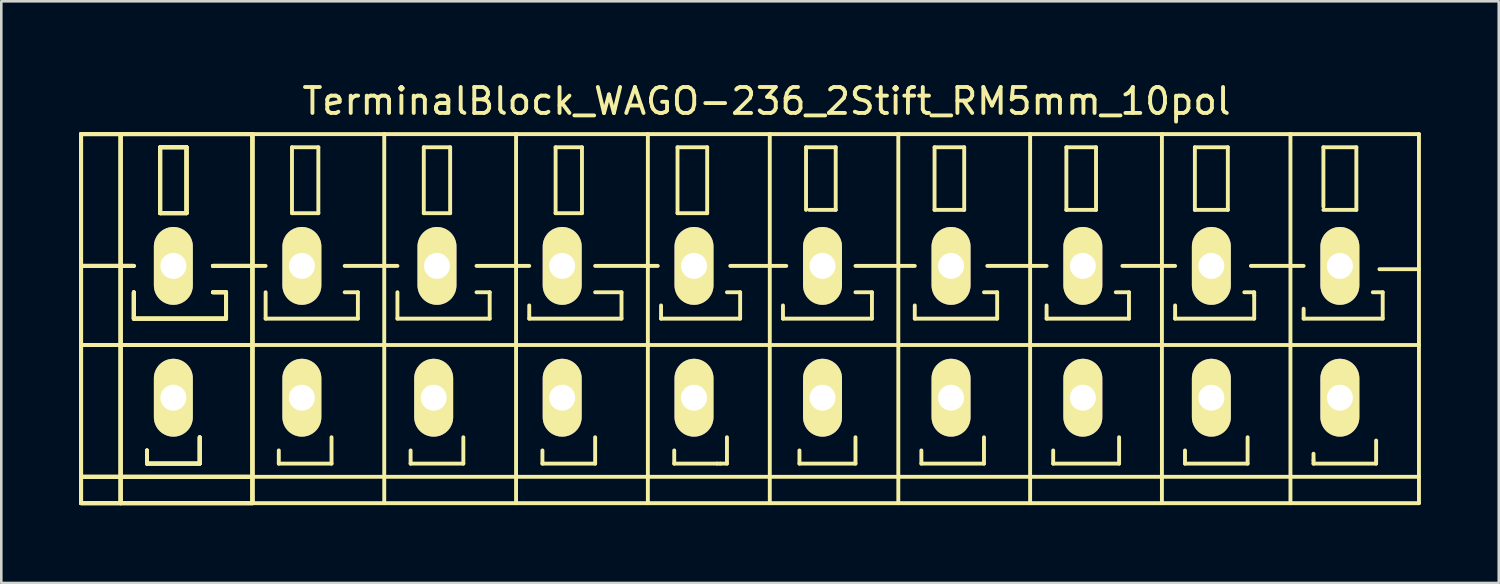
<source format=kicad_pcb>
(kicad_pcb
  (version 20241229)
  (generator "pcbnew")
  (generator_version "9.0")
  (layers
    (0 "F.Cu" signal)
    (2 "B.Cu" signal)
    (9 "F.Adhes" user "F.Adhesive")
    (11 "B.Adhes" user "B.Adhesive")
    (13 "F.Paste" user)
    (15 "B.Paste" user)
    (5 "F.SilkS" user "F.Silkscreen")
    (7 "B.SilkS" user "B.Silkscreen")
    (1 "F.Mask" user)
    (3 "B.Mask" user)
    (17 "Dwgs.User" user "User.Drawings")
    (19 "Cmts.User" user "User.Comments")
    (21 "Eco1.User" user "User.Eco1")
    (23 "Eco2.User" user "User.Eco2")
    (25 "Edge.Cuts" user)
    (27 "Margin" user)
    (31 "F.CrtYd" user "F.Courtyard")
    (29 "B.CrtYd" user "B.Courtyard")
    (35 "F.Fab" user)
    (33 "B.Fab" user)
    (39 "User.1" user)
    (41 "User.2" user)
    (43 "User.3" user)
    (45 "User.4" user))
  (footprint "TerminalBlock_WAGO-236_2Stift_RM5mm_10pol"
    (layer "F.Cu")
    (at 26.491 9.738)
    (property "Reference" "TerminalBlock_WAGO-236_2Stift_RM5mm_10pol" (at 0 -8.89 0) (layer "F.SilkS") (effects (font (size 1 1) (thickness 0.15))))
    (attr through_hole)
    (fp_line (start -26.416 -7.62) (end -24.892 -7.62) (stroke (width 0.15) (type solid)) (layer "F.SilkS"))
    (fp_line (start -26.416 -7.62) (end -24.892 -7.62) (stroke (width 0.15) (type solid)) (layer "F.SilkS"))
    (fp_line (start -26.416 -7.62) (end -24.892 -7.62) (stroke (width 0.15) (type solid)) (layer "F.SilkS"))
    (fp_line (start -26.416 -7.62) (end -24.892 -7.62) (stroke (width 0.15) (type solid)) (layer "F.SilkS"))
    (fp_line (start -26.416 -2.54) (end -24.384 -2.54) (stroke (width 0.15) (type solid)) (layer "F.SilkS"))
    (fp_line (start -26.416 -2.54) (end -24.384 -2.54) (stroke (width 0.15) (type solid)) (layer "F.SilkS"))
    (fp_line (start -26.416 -2.54) (end -24.384 -2.54) (stroke (width 0.15) (type solid)) (layer "F.SilkS"))
    (fp_line (start -26.416 -2.54) (end -24.384 -2.54) (stroke (width 0.15) (type solid)) (layer "F.SilkS"))
    (fp_line (start -26.416 0.508) (end -19.812 0.508) (stroke (width 0.15) (type solid)) (layer "F.SilkS"))
    (fp_line (start -26.416 0.508) (end -19.812 0.508) (stroke (width 0.15) (type solid)) (layer "F.SilkS"))
    (fp_line (start -26.416 0.508) (end -19.812 0.508) (stroke (width 0.15) (type solid)) (layer "F.SilkS"))
    (fp_line (start -26.416 0.508) (end -19.812 0.508) (stroke (width 0.15) (type solid)) (layer "F.SilkS"))
    (fp_line (start -26.416 5.588) (end -19.812 5.588) (stroke (width 0.15) (type solid)) (layer "F.SilkS"))
    (fp_line (start -26.416 5.588) (end -19.812 5.588) (stroke (width 0.15) (type solid)) (layer "F.SilkS"))
    (fp_line (start -26.416 5.588) (end -19.812 5.588) (stroke (width 0.15) (type solid)) (layer "F.SilkS"))
    (fp_line (start -26.416 5.588) (end -19.812 5.588) (stroke (width 0.15) (type solid)) (layer "F.SilkS"))
    (fp_line (start -26.416 6.604) (end -26.416 -7.62) (stroke (width 0.15) (type solid)) (layer "F.SilkS"))
    (fp_line (start -26.416 6.604) (end -26.416 -7.62) (stroke (width 0.15) (type solid)) (layer "F.SilkS"))
    (fp_line (start -26.416 6.604) (end -26.416 -7.62) (stroke (width 0.15) (type solid)) (layer "F.SilkS"))
    (fp_line (start -26.416 6.604) (end -26.416 -7.62) (stroke (width 0.15) (type solid)) (layer "F.SilkS"))
    (fp_line (start -24.892 -7.62) (end -22.86 -7.62) (stroke (width 0.15) (type solid)) (layer "F.SilkS"))
    (fp_line (start -24.892 -7.62) (end -22.86 -7.62) (stroke (width 0.15) (type solid)) (layer "F.SilkS"))
    (fp_line (start -24.892 -7.62) (end -22.86 -7.62) (stroke (width 0.15) (type solid)) (layer "F.SilkS"))
    (fp_line (start -24.892 -7.62) (end -22.86 -7.62) (stroke (width 0.15) (type solid)) (layer "F.SilkS"))
    (fp_line (start -24.892 6.604) (end -26.416 6.604) (stroke (width 0.15) (type solid)) (layer "F.SilkS"))
    (fp_line (start -24.892 6.604) (end -26.416 6.604) (stroke (width 0.15) (type solid)) (layer "F.SilkS"))
    (fp_line (start -24.892 6.604) (end -26.416 6.604) (stroke (width 0.15) (type solid)) (layer "F.SilkS"))
    (fp_line (start -24.892 6.604) (end -26.416 6.604) (stroke (width 0.15) (type solid)) (layer "F.SilkS"))
    (fp_line (start -24.892 6.604) (end -24.892 -7.62) (stroke (width 0.15) (type solid)) (layer "F.SilkS"))
    (fp_line (start -24.892 6.604) (end -24.892 -7.62) (stroke (width 0.15) (type solid)) (layer "F.SilkS"))
    (fp_line (start -24.892 6.604) (end -24.892 -7.62) (stroke (width 0.15) (type solid)) (layer "F.SilkS"))
    (fp_line (start -24.892 6.604) (end -24.892 -7.62) (stroke (width 0.15) (type solid)) (layer "F.SilkS"))
    (fp_line (start -24.384 -1.524) (end -24.384 -0.508) (stroke (width 0.15) (type solid)) (layer "F.SilkS"))
    (fp_line (start -24.384 -1.524) (end -24.384 -0.508) (stroke (width 0.15) (type solid)) (layer "F.SilkS"))
    (fp_line (start -24.384 -1.524) (end -24.384 -0.508) (stroke (width 0.15) (type solid)) (layer "F.SilkS"))
    (fp_line (start -24.384 -1.524) (end -24.384 -0.508) (stroke (width 0.15) (type solid)) (layer "F.SilkS"))
    (fp_line (start -24.384 -0.508) (end -20.828 -0.508) (stroke (width 0.15) (type solid)) (layer "F.SilkS"))
    (fp_line (start -24.384 -0.508) (end -20.828 -0.508) (stroke (width 0.15) (type solid)) (layer "F.SilkS"))
    (fp_line (start -24.384 -0.508) (end -20.828 -0.508) (stroke (width 0.15) (type solid)) (layer "F.SilkS"))
    (fp_line (start -24.384 -0.508) (end -20.828 -0.508) (stroke (width 0.15) (type solid)) (layer "F.SilkS"))
    (fp_line (start -23.876 4.572) (end -23.876 5.08) (stroke (width 0.15) (type solid)) (layer "F.SilkS"))
    (fp_line (start -23.876 4.572) (end -23.876 5.08) (stroke (width 0.15) (type solid)) (layer "F.SilkS"))
    (fp_line (start -23.876 4.572) (end -23.876 5.08) (stroke (width 0.15) (type solid)) (layer "F.SilkS"))
    (fp_line (start -23.876 4.572) (end -23.876 5.08) (stroke (width 0.15) (type solid)) (layer "F.SilkS"))
    (fp_line (start -23.876 5.08) (end -21.844 5.08) (stroke (width 0.15) (type solid)) (layer "F.SilkS"))
    (fp_line (start -23.876 5.08) (end -21.844 5.08) (stroke (width 0.15) (type solid)) (layer "F.SilkS"))
    (fp_line (start -23.876 5.08) (end -21.844 5.08) (stroke (width 0.15) (type solid)) (layer "F.SilkS"))
    (fp_line (start -23.876 5.08) (end -21.844 5.08) (stroke (width 0.15) (type solid)) (layer "F.SilkS"))
    (fp_line (start -23.368 -7.112) (end -22.352 -7.112) (stroke (width 0.15) (type solid)) (layer "F.SilkS"))
    (fp_line (start -23.368 -7.112) (end -22.352 -7.112) (stroke (width 0.15) (type solid)) (layer "F.SilkS"))
    (fp_line (start -23.368 -7.112) (end -22.352 -7.112) (stroke (width 0.15) (type solid)) (layer "F.SilkS"))
    (fp_line (start -23.368 -7.112) (end -22.352 -7.112) (stroke (width 0.15) (type solid)) (layer "F.SilkS"))
    (fp_line (start -23.368 -4.572) (end -23.368 -7.112) (stroke (width 0.15) (type solid)) (layer "F.SilkS"))
    (fp_line (start -23.368 -4.572) (end -23.368 -7.112) (stroke (width 0.15) (type solid)) (layer "F.SilkS"))
    (fp_line (start -23.368 -4.572) (end -23.368 -7.112) (stroke (width 0.15) (type solid)) (layer "F.SilkS"))
    (fp_line (start -23.368 -4.572) (end -23.368 -7.112) (stroke (width 0.15) (type solid)) (layer "F.SilkS"))
    (fp_line (start -22.86 -7.62) (end -19.812 -7.62) (stroke (width 0.15) (type solid)) (layer "F.SilkS"))
    (fp_line (start -22.86 -7.62) (end -19.812 -7.62) (stroke (width 0.15) (type solid)) (layer "F.SilkS"))
    (fp_line (start -22.86 -7.62) (end -19.812 -7.62) (stroke (width 0.15) (type solid)) (layer "F.SilkS"))
    (fp_line (start -22.86 -7.62) (end -19.812 -7.62) (stroke (width 0.15) (type solid)) (layer "F.SilkS"))
    (fp_line (start -22.352 -7.112) (end -22.352 -4.572) (stroke (width 0.15) (type solid)) (layer "F.SilkS"))
    (fp_line (start -22.352 -7.112) (end -22.352 -4.572) (stroke (width 0.15) (type solid)) (layer "F.SilkS"))
    (fp_line (start -22.352 -7.112) (end -22.352 -4.572) (stroke (width 0.15) (type solid)) (layer "F.SilkS"))
    (fp_line (start -22.352 -7.112) (end -22.352 -4.572) (stroke (width 0.15) (type solid)) (layer "F.SilkS"))
    (fp_line (start -22.352 -4.572) (end -23.368 -4.572) (stroke (width 0.15) (type solid)) (layer "F.SilkS"))
    (fp_line (start -22.352 -4.572) (end -23.368 -4.572) (stroke (width 0.15) (type solid)) (layer "F.SilkS"))
    (fp_line (start -22.352 -4.572) (end -23.368 -4.572) (stroke (width 0.15) (type solid)) (layer "F.SilkS"))
    (fp_line (start -22.352 -4.572) (end -23.368 -4.572) (stroke (width 0.15) (type solid)) (layer "F.SilkS"))
    (fp_line (start -21.844 5.08) (end -21.844 4.064) (stroke (width 0.15) (type solid)) (layer "F.SilkS"))
    (fp_line (start -21.844 5.08) (end -21.844 4.064) (stroke (width 0.15) (type solid)) (layer "F.SilkS"))
    (fp_line (start -21.844 5.08) (end -21.844 4.064) (stroke (width 0.15) (type solid)) (layer "F.SilkS"))
    (fp_line (start -21.844 5.08) (end -21.844 4.064) (stroke (width 0.15) (type solid)) (layer "F.SilkS"))
    (fp_line (start -21.336 -2.54) (end -19.812 -2.54) (stroke (width 0.15) (type solid)) (layer "F.SilkS"))
    (fp_line (start -21.336 -2.54) (end -19.812 -2.54) (stroke (width 0.15) (type solid)) (layer "F.SilkS"))
    (fp_line (start -21.336 -2.54) (end -19.812 -2.54) (stroke (width 0.15) (type solid)) (layer "F.SilkS"))
    (fp_line (start -21.336 -2.54) (end -19.812 -2.54) (stroke (width 0.15) (type solid)) (layer "F.SilkS"))
    (fp_line (start -20.828 -1.524) (end -21.336 -1.524) (stroke (width 0.15) (type solid)) (layer "F.SilkS"))
    (fp_line (start -20.828 -1.524) (end -21.336 -1.524) (stroke (width 0.15) (type solid)) (layer "F.SilkS"))
    (fp_line (start -20.828 -1.524) (end -21.336 -1.524) (stroke (width 0.15) (type solid)) (layer "F.SilkS"))
    (fp_line (start -20.828 -1.524) (end -21.336 -1.524) (stroke (width 0.15) (type solid)) (layer "F.SilkS"))
    (fp_line (start -20.828 -0.508) (end -20.828 -1.524) (stroke (width 0.15) (type solid)) (layer "F.SilkS"))
    (fp_line (start -20.828 -0.508) (end -20.828 -1.524) (stroke (width 0.15) (type solid)) (layer "F.SilkS"))
    (fp_line (start -20.828 -0.508) (end -20.828 -1.524) (stroke (width 0.15) (type solid)) (layer "F.SilkS"))
    (fp_line (start -20.828 -0.508) (end -20.828 -1.524) (stroke (width 0.15) (type solid)) (layer "F.SilkS"))
    (fp_line (start -19.812 -7.62) (end -19.812 6.604) (stroke (width 0.15) (type solid)) (layer "F.SilkS"))
    (fp_line (start -19.812 -7.62) (end -19.812 6.604) (stroke (width 0.15) (type solid)) (layer "F.SilkS"))
    (fp_line (start -19.812 -7.62) (end -19.812 6.604) (stroke (width 0.15) (type solid)) (layer "F.SilkS"))
    (fp_line (start -19.812 -7.62) (end -19.812 6.604) (stroke (width 0.15) (type solid)) (layer "F.SilkS"))
    (fp_line (start -19.812 -2.54) (end -19.304 -2.54) (stroke (width 0.15) (type solid)) (layer "F.SilkS"))
    (fp_line (start -19.812 0.508) (end -14.732 0.508) (stroke (width 0.15) (type solid)) (layer "F.SilkS"))
    (fp_line (start -19.812 5.588) (end -14.732 5.588) (stroke (width 0.15) (type solid)) (layer "F.SilkS"))
    (fp_line (start -19.812 6.604) (end -24.892 6.604) (stroke (width 0.15) (type solid)) (layer "F.SilkS"))
    (fp_line (start -19.812 6.604) (end -24.892 6.604) (stroke (width 0.15) (type solid)) (layer "F.SilkS"))
    (fp_line (start -19.812 6.604) (end -24.892 6.604) (stroke (width 0.15) (type solid)) (layer "F.SilkS"))
    (fp_line (start -19.812 6.604) (end -24.892 6.604) (stroke (width 0.15) (type solid)) (layer "F.SilkS"))
    (fp_line (start -19.812 6.604) (end -14.732 6.604) (stroke (width 0.15) (type solid)) (layer "F.SilkS"))
    (fp_line (start -19.304 -1.524) (end -19.304 -0.508) (stroke (width 0.15) (type solid)) (layer "F.SilkS"))
    (fp_line (start -19.304 -0.508) (end -15.748 -0.508) (stroke (width 0.15) (type solid)) (layer "F.SilkS"))
    (fp_line (start -18.796 4.572) (end -18.796 5.08) (stroke (width 0.15) (type solid)) (layer "F.SilkS"))
    (fp_line (start -18.796 5.08) (end -16.764 5.08) (stroke (width 0.15) (type solid)) (layer "F.SilkS"))
    (fp_line (start -18.288 -7.112) (end -18.288 -4.572) (stroke (width 0.15) (type solid)) (layer "F.SilkS"))
    (fp_line (start -18.288 -4.572) (end -17.272 -4.572) (stroke (width 0.15) (type solid)) (layer "F.SilkS"))
    (fp_line (start -17.272 -7.112) (end -18.288 -7.112) (stroke (width 0.15) (type solid)) (layer "F.SilkS"))
    (fp_line (start -17.272 -4.572) (end -17.272 -7.112) (stroke (width 0.15) (type solid)) (layer "F.SilkS"))
    (fp_line (start -16.764 5.08) (end -16.764 4.064) (stroke (width 0.15) (type solid)) (layer "F.SilkS"))
    (fp_line (start -16.256 -2.54) (end -14.732 -2.54) (stroke (width 0.15) (type solid)) (layer "F.SilkS"))
    (fp_line (start -15.748 -1.524) (end -16.256 -1.524) (stroke (width 0.15) (type solid)) (layer "F.SilkS"))
    (fp_line (start -15.748 -0.508) (end -15.748 -1.524) (stroke (width 0.15) (type solid)) (layer "F.SilkS"))
    (fp_line (start -14.732 -7.62) (end -19.812 -7.62) (stroke (width 0.15) (type solid)) (layer "F.SilkS"))
    (fp_line (start -14.732 -2.54) (end -14.224 -2.54) (stroke (width 0.15) (type solid)) (layer "F.SilkS"))
    (fp_line (start -14.732 0.508) (end -9.652 0.508) (stroke (width 0.15) (type solid)) (layer "F.SilkS"))
    (fp_line (start -14.732 5.588) (end -9.652 5.588) (stroke (width 0.15) (type solid)) (layer "F.SilkS"))
    (fp_line (start -14.732 6.604) (end -14.732 -7.62) (stroke (width 0.15) (type solid)) (layer "F.SilkS"))
    (fp_line (start -14.732 6.604) (end -9.652 6.604) (stroke (width 0.15) (type solid)) (layer "F.SilkS"))
    (fp_line (start -14.224 -1.524) (end -14.224 -0.508) (stroke (width 0.15) (type solid)) (layer "F.SilkS"))
    (fp_line (start -14.224 -0.508) (end -10.668 -0.508) (stroke (width 0.15) (type solid)) (layer "F.SilkS"))
    (fp_line (start -13.716 4.572) (end -13.716 5.08) (stroke (width 0.15) (type solid)) (layer "F.SilkS"))
    (fp_line (start -13.716 5.08) (end -11.684 5.08) (stroke (width 0.15) (type solid)) (layer "F.SilkS"))
    (fp_line (start -13.208 -7.112) (end -13.208 -4.572) (stroke (width 0.15) (type solid)) (layer "F.SilkS"))
    (fp_line (start -13.208 -4.572) (end -12.192 -4.572) (stroke (width 0.15) (type solid)) (layer "F.SilkS"))
    (fp_line (start -12.192 -7.112) (end -13.208 -7.112) (stroke (width 0.15) (type solid)) (layer "F.SilkS"))
    (fp_line (start -12.192 -4.572) (end -12.192 -7.112) (stroke (width 0.15) (type solid)) (layer "F.SilkS"))
    (fp_line (start -11.684 5.08) (end -11.684 4.064) (stroke (width 0.15) (type solid)) (layer "F.SilkS"))
    (fp_line (start -11.176 -2.54) (end -9.652 -2.54) (stroke (width 0.15) (type solid)) (layer "F.SilkS"))
    (fp_line (start -10.668 -1.524) (end -11.176 -1.524) (stroke (width 0.15) (type solid)) (layer "F.SilkS"))
    (fp_line (start -10.668 -0.508) (end -10.668 -1.524) (stroke (width 0.15) (type solid)) (layer "F.SilkS"))
    (fp_line (start -9.652 -7.62) (end -14.732 -7.62) (stroke (width 0.15) (type solid)) (layer "F.SilkS"))
    (fp_line (start -9.652 -2.54) (end -9.144 -2.54) (stroke (width 0.15) (type solid)) (layer "F.SilkS"))
    (fp_line (start -9.652 0.508) (end -4.572 0.508) (stroke (width 0.15) (type solid)) (layer "F.SilkS"))
    (fp_line (start -9.652 5.588) (end -4.572 5.588) (stroke (width 0.15) (type solid)) (layer "F.SilkS"))
    (fp_line (start -9.652 6.604) (end -9.652 -7.62) (stroke (width 0.15) (type solid)) (layer "F.SilkS"))
    (fp_line (start -9.652 6.604) (end -4.572 6.604) (stroke (width 0.15) (type solid)) (layer "F.SilkS"))
    (fp_line (start -9.144 -1.016) (end -9.144 -0.508) (stroke (width 0.15) (type solid)) (layer "F.SilkS"))
    (fp_line (start -9.144 -0.508) (end -5.588 -0.508) (stroke (width 0.15) (type solid)) (layer "F.SilkS"))
    (fp_line (start -8.636 4.572) (end -8.636 5.08) (stroke (width 0.15) (type solid)) (layer "F.SilkS"))
    (fp_line (start -8.636 5.08) (end -6.604 5.08) (stroke (width 0.15) (type solid)) (layer "F.SilkS"))
    (fp_line (start -8.128 -7.112) (end -8.128 -4.572) (stroke (width 0.15) (type solid)) (layer "F.SilkS"))
    (fp_line (start -8.128 -4.572) (end -7.112 -4.572) (stroke (width 0.15) (type solid)) (layer "F.SilkS"))
    (fp_line (start -7.112 -7.112) (end -8.128 -7.112) (stroke (width 0.15) (type solid)) (layer "F.SilkS"))
    (fp_line (start -7.112 -4.572) (end -7.112 -7.112) (stroke (width 0.15) (type solid)) (layer "F.SilkS"))
    (fp_line (start -6.604 -2.54) (end -4.572 -2.54) (stroke (width 0.15) (type solid)) (layer "F.SilkS"))
    (fp_line (start -6.604 5.08) (end -6.604 4.064) (stroke (width 0.15) (type solid)) (layer "F.SilkS"))
    (fp_line (start -5.588 -1.524) (end -6.604 -1.524) (stroke (width 0.15) (type solid)) (layer "F.SilkS"))
    (fp_line (start -5.588 -0.508) (end -5.588 -1.524) (stroke (width 0.15) (type solid)) (layer "F.SilkS"))
    (fp_line (start -4.699 -2.54) (end -4.191 -2.54) (stroke (width 0.15) (type solid)) (layer "F.SilkS"))
    (fp_line (start -4.572 -7.62) (end -9.652 -7.62) (stroke (width 0.15) (type solid)) (layer "F.SilkS"))
    (fp_line (start -4.572 0.508) (end 0.127 0.508) (stroke (width 0.15) (type solid)) (layer "F.SilkS"))
    (fp_line (start -4.572 5.588) (end 0.127 5.588) (stroke (width 0.15) (type solid)) (layer "F.SilkS"))
    (fp_line (start -4.572 6.604) (end -4.572 -7.62) (stroke (width 0.15) (type solid)) (layer "F.SilkS"))
    (fp_line (start -4.572 6.604) (end 0.127 6.604) (stroke (width 0.15) (type solid)) (layer "F.SilkS"))
    (fp_line (start -4.064 -1.016) (end -4.064 -0.508) (stroke (width 0.15) (type solid)) (layer "F.SilkS"))
    (fp_line (start -4.064 -0.508) (end -1.016 -0.508) (stroke (width 0.15) (type solid)) (layer "F.SilkS"))
    (fp_line (start -3.556 4.572) (end -3.556 5.08) (stroke (width 0.15) (type solid)) (layer "F.SilkS"))
    (fp_line (start -3.556 5.08) (end -1.905 5.08) (stroke (width 0.15) (type solid)) (layer "F.SilkS"))
    (fp_line (start -3.429 -7.112) (end -2.286 -7.112) (stroke (width 0.15) (type solid)) (layer "F.SilkS"))
    (fp_line (start -3.429 -4.572) (end -3.429 -7.112) (stroke (width 0.15) (type solid)) (layer "F.SilkS"))
    (fp_line (start -2.286 -7.112) (end -2.286 -4.572) (stroke (width 0.15) (type solid)) (layer "F.SilkS"))
    (fp_line (start -2.286 -4.572) (end -3.429 -4.572) (stroke (width 0.15) (type solid)) (layer "F.SilkS"))
    (fp_line (start -1.905 5.08) (end -1.778 5.08) (stroke (width 0.15) (type solid)) (layer "F.SilkS"))
    (fp_line (start -1.778 5.08) (end -1.524 5.08) (stroke (width 0.15) (type solid)) (layer "F.SilkS"))
    (fp_line (start -1.524 5.08) (end -1.524 4.064) (stroke (width 0.15) (type solid)) (layer "F.SilkS"))
    (fp_line (start -1.397 -2.54) (end 0.127 -2.54) (stroke (width 0.15) (type solid)) (layer "F.SilkS"))
    (fp_line (start -1.016 -1.524) (end -1.524 -1.524) (stroke (width 0.15) (type solid)) (layer "F.SilkS"))
    (fp_line (start -1.016 -0.508) (end -1.016 -1.524) (stroke (width 0.15) (type solid)) (layer "F.SilkS"))
    (fp_line (start 0.127 -7.62) (end -4.572 -7.62) (stroke (width 0.15) (type solid)) (layer "F.SilkS"))
    (fp_line (start 0.127 -2.54) (end 0.762 -2.54) (stroke (width 0.15) (type solid)) (layer "F.SilkS"))
    (fp_line (start 0.127 0.508) (end 5.08 0.508) (stroke (width 0.15) (type solid)) (layer "F.SilkS"))
    (fp_line (start 0.127 5.588) (end 5.08 5.588) (stroke (width 0.15) (type solid)) (layer "F.SilkS"))
    (fp_line (start 0.127 6.604) (end 0.127 -7.62) (stroke (width 0.15) (type solid)) (layer "F.SilkS"))
    (fp_line (start 0.127 6.604) (end 5.08 6.604) (stroke (width 0.15) (type solid)) (layer "F.SilkS"))
    (fp_line (start 0.635 -1.016) (end 0.635 -0.508) (stroke (width 0.15) (type solid)) (layer "F.SilkS"))
    (fp_line (start 0.635 -0.508) (end 4.064 -0.508) (stroke (width 0.15) (type solid)) (layer "F.SilkS"))
    (fp_line (start 1.27 4.572) (end 1.27 5.08) (stroke (width 0.15) (type solid)) (layer "F.SilkS"))
    (fp_line (start 1.27 5.08) (end 3.429 5.08) (stroke (width 0.15) (type solid)) (layer "F.SilkS"))
    (fp_line (start 1.524 -7.112) (end 1.524 -4.699) (stroke (width 0.15) (type solid)) (layer "F.SilkS"))
    (fp_line (start 1.651 -4.699) (end 2.667 -4.699) (stroke (width 0.15) (type solid)) (layer "F.SilkS"))
    (fp_line (start 2.667 -7.112) (end 1.524 -7.112) (stroke (width 0.15) (type solid)) (layer "F.SilkS"))
    (fp_line (start 2.667 -4.699) (end 2.667 -7.112) (stroke (width 0.15) (type solid)) (layer "F.SilkS"))
    (fp_line (start 3.429 -2.54) (end 5.08 -2.54) (stroke (width 0.15) (type solid)) (layer "F.SilkS"))
    (fp_line (start 3.429 5.08) (end 3.429 4.064) (stroke (width 0.15) (type solid)) (layer "F.SilkS"))
    (fp_line (start 4.064 -1.524) (end 3.429 -1.524) (stroke (width 0.15) (type solid)) (layer "F.SilkS"))
    (fp_line (start 4.064 -0.508) (end 4.064 -1.524) (stroke (width 0.15) (type solid)) (layer "F.SilkS"))
    (fp_line (start 5.08 -7.62) (end 0.127 -7.62) (stroke (width 0.15) (type solid)) (layer "F.SilkS"))
    (fp_line (start 5.08 -2.54) (end 5.715 -2.54) (stroke (width 0.15) (type solid)) (layer "F.SilkS"))
    (fp_line (start 5.08 0.508) (end 10.16 0.508) (stroke (width 0.15) (type solid)) (layer "F.SilkS"))
    (fp_line (start 5.08 5.588) (end 10.16 5.588) (stroke (width 0.15) (type solid)) (layer "F.SilkS"))
    (fp_line (start 5.08 6.604) (end 5.08 -7.62) (stroke (width 0.15) (type solid)) (layer "F.SilkS"))
    (fp_line (start 5.08 6.604) (end 10.16 6.604) (stroke (width 0.15) (type solid)) (layer "F.SilkS"))
    (fp_line (start 5.715 -1.016) (end 5.715 -0.508) (stroke (width 0.15) (type solid)) (layer "F.SilkS"))
    (fp_line (start 5.715 -0.508) (end 8.89 -0.508) (stroke (width 0.15) (type solid)) (layer "F.SilkS"))
    (fp_line (start 5.969 4.572) (end 5.969 5.08) (stroke (width 0.15) (type solid)) (layer "F.SilkS"))
    (fp_line (start 5.969 5.08) (end 8.382 5.08) (stroke (width 0.15) (type solid)) (layer "F.SilkS"))
    (fp_line (start 6.477 -7.112) (end 6.477 -4.699) (stroke (width 0.15) (type solid)) (layer "F.SilkS"))
    (fp_line (start 6.477 -4.699) (end 7.62 -4.699) (stroke (width 0.15) (type solid)) (layer "F.SilkS"))
    (fp_line (start 7.62 -7.112) (end 6.477 -7.112) (stroke (width 0.15) (type solid)) (layer "F.SilkS"))
    (fp_line (start 7.62 -4.699) (end 7.62 -7.112) (stroke (width 0.15) (type solid)) (layer "F.SilkS"))
    (fp_line (start 8.382 5.08) (end 8.382 4.064) (stroke (width 0.15) (type solid)) (layer "F.SilkS"))
    (fp_line (start 8.509 -2.54) (end 10.16 -2.54) (stroke (width 0.15) (type solid)) (layer "F.SilkS"))
    (fp_line (start 8.89 -1.524) (end 8.382 -1.524) (stroke (width 0.15) (type solid)) (layer "F.SilkS"))
    (fp_line (start 8.89 -0.508) (end 8.89 -1.524) (stroke (width 0.15) (type solid)) (layer "F.SilkS"))
    (fp_line (start 10.16 -7.62) (end 5.08 -7.62) (stroke (width 0.15) (type solid)) (layer "F.SilkS"))
    (fp_line (start 10.16 -2.54) (end 10.795 -2.54) (stroke (width 0.15) (type solid)) (layer "F.SilkS"))
    (fp_line (start 10.16 0.508) (end 15.24 0.508) (stroke (width 0.15) (type solid)) (layer "F.SilkS"))
    (fp_line (start 10.16 5.588) (end 15.24 5.588) (stroke (width 0.15) (type solid)) (layer "F.SilkS"))
    (fp_line (start 10.16 6.604) (end 10.16 -7.62) (stroke (width 0.15) (type solid)) (layer "F.SilkS"))
    (fp_line (start 10.16 6.604) (end 15.24 6.604) (stroke (width 0.15) (type solid)) (layer "F.SilkS"))
    (fp_line (start 10.795 -1.016) (end 10.795 -0.508) (stroke (width 0.15) (type solid)) (layer "F.SilkS"))
    (fp_line (start 10.795 -0.508) (end 13.97 -0.508) (stroke (width 0.15) (type solid)) (layer "F.SilkS"))
    (fp_line (start 11.049 4.572) (end 11.049 5.08) (stroke (width 0.15) (type solid)) (layer "F.SilkS"))
    (fp_line (start 11.049 5.08) (end 13.589 5.08) (stroke (width 0.15) (type solid)) (layer "F.SilkS"))
    (fp_line (start 11.557 -7.112) (end 11.557 -4.699) (stroke (width 0.15) (type solid)) (layer "F.SilkS"))
    (fp_line (start 11.557 -4.699) (end 12.7 -4.699) (stroke (width 0.15) (type solid)) (layer "F.SilkS"))
    (fp_line (start 12.7 -7.112) (end 11.557 -7.112) (stroke (width 0.15) (type solid)) (layer "F.SilkS"))
    (fp_line (start 12.7 -4.699) (end 12.7 -7.112) (stroke (width 0.15) (type solid)) (layer "F.SilkS"))
    (fp_line (start 13.589 5.08) (end 13.589 4.064) (stroke (width 0.15) (type solid)) (layer "F.SilkS"))
    (fp_line (start 13.716 -2.54) (end 15.24 -2.54) (stroke (width 0.15) (type solid)) (layer "F.SilkS"))
    (fp_line (start 13.97 -1.524) (end 13.462 -1.524) (stroke (width 0.15) (type solid)) (layer "F.SilkS"))
    (fp_line (start 13.97 -0.508) (end 13.97 -1.524) (stroke (width 0.15) (type solid)) (layer "F.SilkS"))
    (fp_line (start 15.24 -7.62) (end 10.16 -7.62) (stroke (width 0.15) (type solid)) (layer "F.SilkS"))
    (fp_line (start 15.24 -2.54) (end 15.748 -2.54) (stroke (width 0.15) (type solid)) (layer "F.SilkS"))
    (fp_line (start 15.24 0.508) (end 20.193 0.508) (stroke (width 0.15) (type solid)) (layer "F.SilkS"))
    (fp_line (start 15.24 5.588) (end 20.193 5.588) (stroke (width 0.15) (type solid)) (layer "F.SilkS"))
    (fp_line (start 15.24 6.604) (end 15.24 -7.62) (stroke (width 0.15) (type solid)) (layer "F.SilkS"))
    (fp_line (start 15.24 6.604) (end 20.193 6.604) (stroke (width 0.15) (type solid)) (layer "F.SilkS"))
    (fp_line (start 15.748 -1.016) (end 15.748 -0.508) (stroke (width 0.15) (type solid)) (layer "F.SilkS"))
    (fp_line (start 15.748 -0.508) (end 18.796 -0.508) (stroke (width 0.15) (type solid)) (layer "F.SilkS"))
    (fp_line (start 16.129 4.572) (end 16.129 5.08) (stroke (width 0.15) (type solid)) (layer "F.SilkS"))
    (fp_line (start 16.129 5.08) (end 18.542 5.08) (stroke (width 0.15) (type solid)) (layer "F.SilkS"))
    (fp_line (start 16.51 -7.112) (end 16.51 -4.699) (stroke (width 0.15) (type solid)) (layer "F.SilkS"))
    (fp_line (start 16.51 -4.699) (end 17.78 -4.699) (stroke (width 0.15) (type solid)) (layer "F.SilkS"))
    (fp_line (start 17.78 -7.112) (end 16.51 -7.112) (stroke (width 0.15) (type solid)) (layer "F.SilkS"))
    (fp_line (start 17.78 -4.699) (end 17.78 -7.112) (stroke (width 0.15) (type solid)) (layer "F.SilkS"))
    (fp_line (start 18.542 5.08) (end 18.542 4.064) (stroke (width 0.15) (type solid)) (layer "F.SilkS"))
    (fp_line (start 18.669 -2.54) (end 20.193 -2.54) (stroke (width 0.15) (type solid)) (layer "F.SilkS"))
    (fp_line (start 18.796 -1.524) (end 18.415 -1.524) (stroke (width 0.15) (type solid)) (layer "F.SilkS"))
    (fp_line (start 18.796 -1.397) (end 18.796 -1.524) (stroke (width 0.15) (type solid)) (layer "F.SilkS"))
    (fp_line (start 18.796 -0.508) (end 18.796 -1.397) (stroke (width 0.15) (type solid)) (layer "F.SilkS"))
    (fp_line (start 20.193 -7.62) (end 15.24 -7.62) (stroke (width 0.15) (type solid)) (layer "F.SilkS"))
    (fp_line (start 20.193 -2.54) (end 20.701 -2.54) (stroke (width 0.15) (type solid)) (layer "F.SilkS"))
    (fp_line (start 20.193 0.508) (end 25.146 0.508) (stroke (width 0.15) (type solid)) (layer "F.SilkS"))
    (fp_line (start 20.193 5.588) (end 25.146 5.588) (stroke (width 0.15) (type solid)) (layer "F.SilkS"))
    (fp_line (start 20.193 6.604) (end 20.193 -7.62) (stroke (width 0.15) (type solid)) (layer "F.SilkS"))
    (fp_line (start 20.193 6.604) (end 25.146 6.604) (stroke (width 0.15) (type solid)) (layer "F.SilkS"))
    (fp_line (start 20.701 -0.889) (end 20.701 -0.508) (stroke (width 0.15) (type solid)) (layer "F.SilkS"))
    (fp_line (start 20.701 -0.508) (end 23.749 -0.508) (stroke (width 0.15) (type solid)) (layer "F.SilkS"))
    (fp_line (start 21.082 4.699) (end 21.082 4.953) (stroke (width 0.15) (type solid)) (layer "F.SilkS"))
    (fp_line (start 21.082 4.953) (end 21.082 5.08) (stroke (width 0.15) (type solid)) (layer "F.SilkS"))
    (fp_line (start 21.082 5.08) (end 23.495 5.08) (stroke (width 0.15) (type solid)) (layer "F.SilkS"))
    (fp_line (start 21.463 -7.112) (end 21.463 -4.826) (stroke (width 0.15) (type solid)) (layer "F.SilkS"))
    (fp_line (start 21.463 -4.699) (end 22.733 -4.699) (stroke (width 0.15) (type solid)) (layer "F.SilkS"))
    (fp_line (start 22.733 -7.112) (end 21.463 -7.112) (stroke (width 0.15) (type solid)) (layer "F.SilkS"))
    (fp_line (start 22.733 -4.699) (end 22.733 -7.112) (stroke (width 0.15) (type solid)) (layer "F.SilkS"))
    (fp_line (start 23.495 5.08) (end 23.495 4.191) (stroke (width 0.15) (type solid)) (layer "F.SilkS"))
    (fp_line (start 23.622 -2.413) (end 25.146 -2.413) (stroke (width 0.15) (type solid)) (layer "F.SilkS"))
    (fp_line (start 23.749 -1.524) (end 23.368 -1.524) (stroke (width 0.15) (type solid)) (layer "F.SilkS"))
    (fp_line (start 23.749 -0.508) (end 23.749 -1.524) (stroke (width 0.15) (type solid)) (layer "F.SilkS"))
    (fp_line (start 25.146 -7.62) (end 20.193 -7.62) (stroke (width 0.15) (type solid)) (layer "F.SilkS"))
    (fp_line (start 25.146 6.604) (end 25.146 -7.62) (stroke (width 0.15) (type solid)) (layer "F.SilkS"))
    (pad "1" thru_hole oval (at -22.86 -2.54 90) (size 3 1.501) (drill 1.001) (layers "*.Cu" "*.Mask" "F.SilkS"))
    (pad "1" thru_hole oval (at -22.86 2.54 90) (size 3 1.501) (drill 1.001) (layers "*.Cu" "*.Mask" "F.SilkS"))
    (pad "2" thru_hole oval (at -17.907 -2.54 90) (size 3 1.501) (drill 1.001) (layers "*.Cu" "*.Mask" "F.SilkS"))
    (pad "2" thru_hole oval (at -17.907 2.54 90) (size 3 1.501) (drill 1.001) (layers "*.Cu" "*.Mask" "F.SilkS"))
    (pad "3" thru_hole oval (at -12.827 2.54 90) (size 3 1.501) (drill 1.001) (layers "*.Cu" "*.Mask" "F.SilkS"))
    (pad "3" thru_hole oval (at -12.7 -2.54 90) (size 3 1.501) (drill 1.001) (layers "*.Cu" "*.Mask" "F.SilkS"))
    (pad "4" thru_hole oval (at -7.874 -2.54 90) (size 3 1.501) (drill 1.001) (layers "*.Cu" "*.Mask" "F.SilkS"))
    (pad "4" thru_hole oval (at -7.874 2.54 90) (size 3 1.501) (drill 1.001) (layers "*.Cu" "*.Mask" "F.SilkS"))
    (pad "5" thru_hole oval (at -2.794 -2.54 90) (size 3 1.501) (drill 1.001) (layers "*.Cu" "*.Mask" "F.SilkS"))
    (pad "5" thru_hole oval (at -2.794 2.54 90) (size 3 1.501) (drill 1.001) (layers "*.Cu" "*.Mask" "F.SilkS"))
    (pad "6" thru_hole oval (at 2.159 -2.54 90) (size 3 1.501) (drill 1.001) (layers "*.Cu" "*.Mask" "F.SilkS"))
    (pad "6" thru_hole oval (at 2.159 2.54 90) (size 3 1.501) (drill 1.001) (layers "*.Cu" "*.Mask" "F.SilkS"))
    (pad "7" thru_hole oval (at 7.112 -2.54 90) (size 3 1.501) (drill 1.001) (layers "*.Cu" "*.Mask" "F.SilkS"))
    (pad "7" thru_hole oval (at 7.112 2.54 90) (size 3 1.501) (drill 1.001) (layers "*.Cu" "*.Mask" "F.SilkS"))
    (pad "8" thru_hole oval (at 12.192 -2.54 90) (size 3 1.501) (drill 1.001) (layers "*.Cu" "*.Mask" "F.SilkS"))
    (pad "8" thru_hole oval (at 12.192 2.54 90) (size 3 1.501) (drill 1.001) (layers "*.Cu" "*.Mask" "F.SilkS"))
    (pad "9" thru_hole oval (at 17.145 -2.54 90) (size 3 1.501) (drill 1.001) (layers "*.Cu" "*.Mask" "F.SilkS"))
    (pad "9" thru_hole oval (at 17.145 2.54 90) (size 3 1.501) (drill 1.001) (layers "*.Cu" "*.Mask" "F.SilkS"))
    (pad "10" thru_hole oval (at 22.098 -2.54 90) (size 3 1.501) (drill 1.001) (layers "*.Cu" "*.Mask" "F.SilkS"))
    (pad "10" thru_hole oval (at 22.098 2.54 90) (size 3 1.501) (drill 1.001) (layers "*.Cu" "*.Mask" "F.SilkS")))
  (gr_rect
    (start -3 -3)
    (end 54.712 19.417)
    (stroke (width 0.1) (type default))
    (fill no)
    (layer "Edge.Cuts")))
</source>
